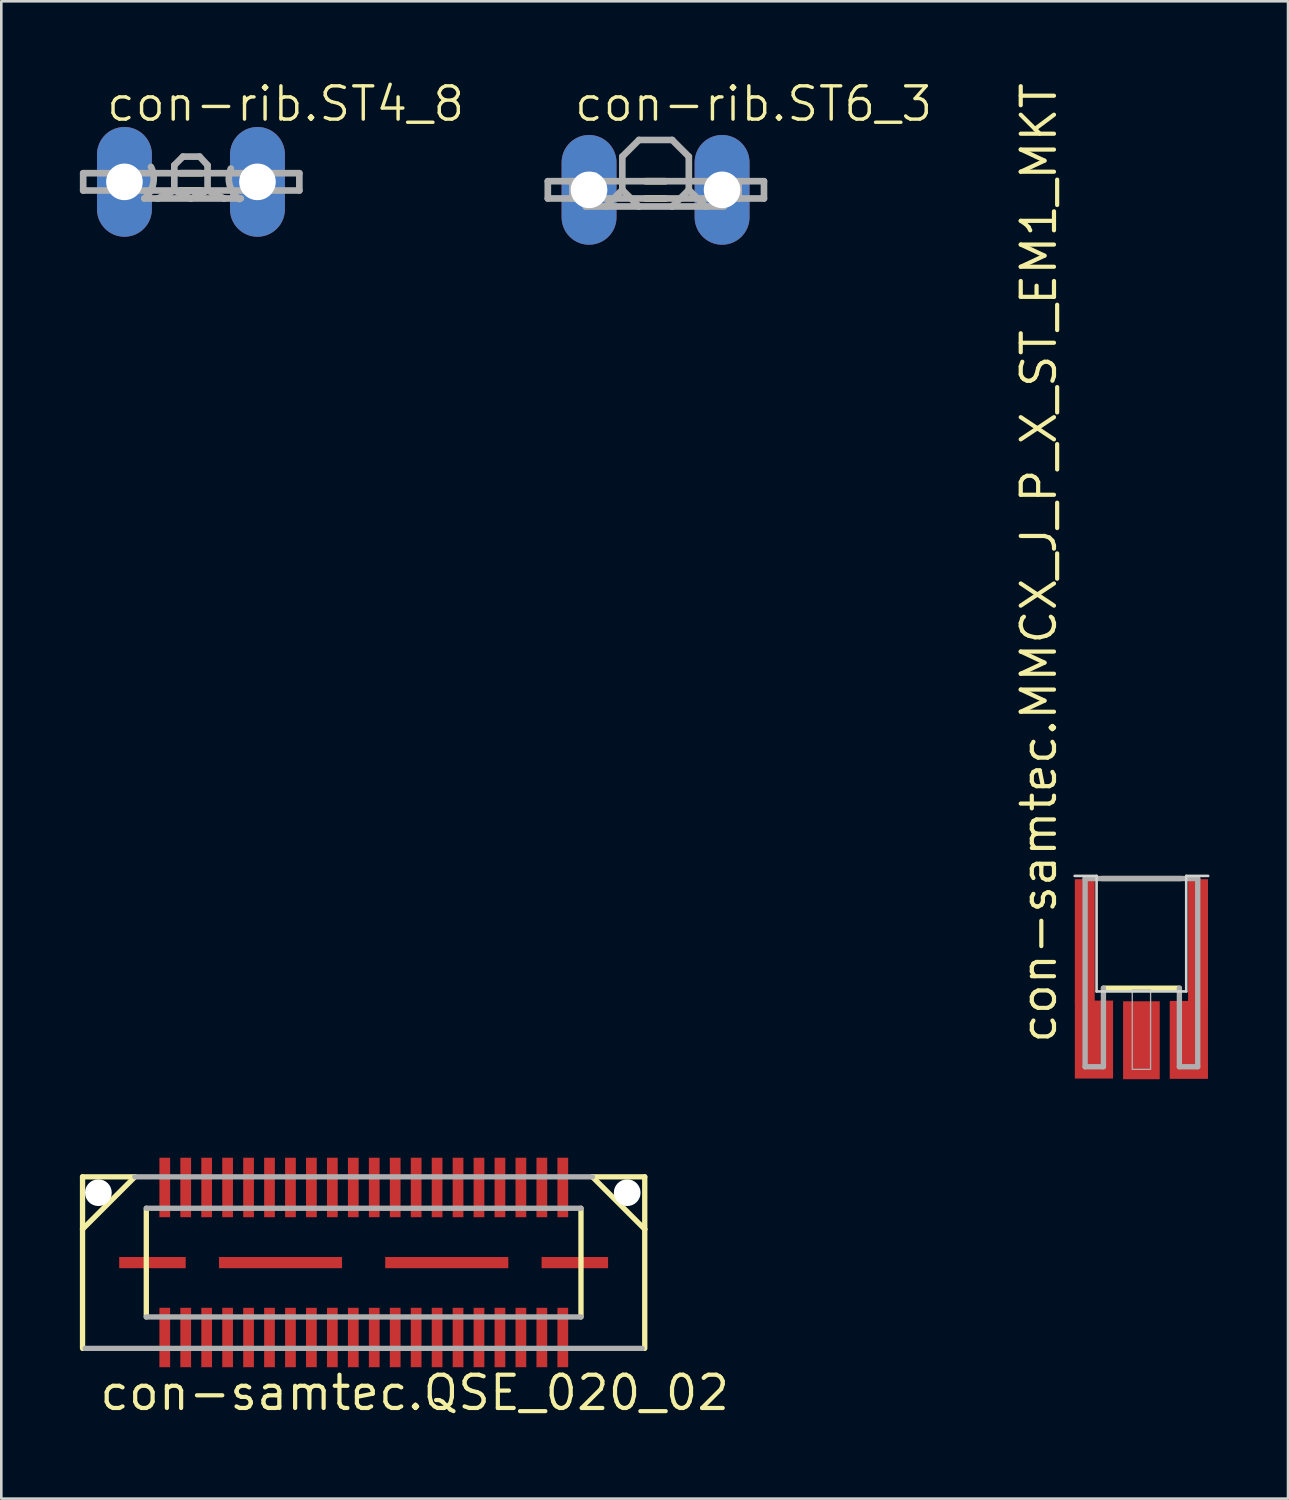
<source format=kicad_pcb>
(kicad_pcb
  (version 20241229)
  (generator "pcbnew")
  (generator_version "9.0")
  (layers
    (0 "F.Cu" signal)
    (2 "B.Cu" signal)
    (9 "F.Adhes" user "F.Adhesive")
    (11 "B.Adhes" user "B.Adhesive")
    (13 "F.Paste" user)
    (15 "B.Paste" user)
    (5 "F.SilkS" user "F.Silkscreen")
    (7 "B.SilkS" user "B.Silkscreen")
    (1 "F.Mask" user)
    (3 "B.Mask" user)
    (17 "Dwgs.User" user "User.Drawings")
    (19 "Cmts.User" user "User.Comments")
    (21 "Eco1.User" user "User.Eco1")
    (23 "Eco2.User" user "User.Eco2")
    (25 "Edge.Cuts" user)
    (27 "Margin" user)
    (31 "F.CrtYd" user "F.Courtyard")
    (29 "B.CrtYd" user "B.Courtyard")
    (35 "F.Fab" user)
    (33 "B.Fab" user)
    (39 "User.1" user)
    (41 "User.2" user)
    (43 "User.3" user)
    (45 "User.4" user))
  (footprint "con-samtec.MMCX_J_P_X_ST_EM1_MKT"
    (layer "F.Cu")
    (at 40.539 30.525)
    (property "Reference" "con-samtec.MMCX_J_P_X_ST_EM1_MKT" (at -3.175 6.35 90) (layer "F.SilkS") (effects (font (size 1.27 1.27) (thickness 0.16)) (justify left bottom)))
    (attr smd)
    (fp_line (start -1.45 4.162) (end 1.45 4.162) (stroke (width 0.203) (type default)) (layer "F.SilkS"))
    (fp_line (start 1.515 -0.025) (end -1.515 -0.025) (stroke (width 0.203) (type default)) (layer "F.SilkS"))
    (fp_line (start -2.55 -0.125) (end -1.712 -0.125) (stroke (width 0.1) (type default)) (layer "Edge.Cuts"))
    (fp_line (start -1.712 -0.125) (end -1.712 4.287) (stroke (width 0.1) (type default)) (layer "Edge.Cuts"))
    (fp_line (start -1.712 4.287) (end 1.712 4.287) (stroke (width 0.1) (type default)) (layer "Edge.Cuts"))
    (fp_line (start 1.712 -0.125) (end 2.55 -0.125) (stroke (width 0.1) (type default)) (layer "Edge.Cuts"))
    (fp_line (start 1.712 4.287) (end 1.712 -0.125) (stroke (width 0.1) (type default)) (layer "Edge.Cuts"))
    (fp_line (start -2.15 -0.025) (end -2.15 7.162) (stroke (width 0.203) (type default)) (layer "F.Fab"))
    (fp_line (start -2.15 7.162) (end -1.45 7.162) (stroke (width 0.203) (type default)) (layer "F.Fab"))
    (fp_line (start -1.45 7.162) (end -1.45 4.162) (stroke (width 0.203) (type default)) (layer "F.Fab"))
    (fp_line (start 1.45 4.162) (end 1.45 7.162) (stroke (width 0.203) (type default)) (layer "F.Fab"))
    (fp_line (start 1.45 7.162) (end 2.15 7.162) (stroke (width 0.203) (type default)) (layer "F.Fab"))
    (fp_line (start 2.15 -0.025) (end -2.15 -0.025) (stroke (width 0.203) (type default)) (layer "F.Fab"))
    (fp_line (start 2.15 7.162) (end 2.15 -0.025) (stroke (width 0.203) (type default)) (layer "F.Fab"))
    (fp_rect (start -0.35 7.263) (end 0.35 4.237) (stroke (width 0.05) (type default)) (fill no) (layer "F.Fab"))
    (pad "1" smd roundrect (at 0 6.15) (size 1.4 2.975) (layers "F.Cu" "F.Mask" "F.Paste") (roundrect_rratio 0.01))
    (pad "2@1" smd roundrect (at -1.812 6.125) (size 1.46 2.975) (layers "F.Cu" "F.Mask" "F.Paste") (roundrect_rratio 0.01))
    (pad "2@2" smd roundrect (at 1.812 6.138) (size 1.46 2.975) (layers "F.Cu" "F.Mask" "F.Paste") (roundrect_rratio 0.01))
    (pad "2@3" smd roundrect (at -2.163 2.35) (size 0.76 4.7) (layers "F.Cu" "F.Mask" "F.Paste") (roundrect_rratio 0.01))
    (pad "2@4" smd roundrect (at 2.163 2.35) (size 0.76 4.7) (layers "F.Cu" "F.Mask" "F.Paste") (roundrect_rratio 0.01)))
  (footprint "con-rib.ST4_8"
    (layer "F.Cu")
    (at 4.242 3.895)
    (property "Reference" "con-rib.ST4_8" (at -3.302 -2.235 0) (layer "F.SilkS") (effects (font (size 1.27 1.27) (thickness 0.13)) (justify left bottom)))
    (attr through_hole)
    (fp_line (start -0.406 -0.33) (end 0.406 -0.33) (stroke (width 0.254) (type default)) (layer "F.SilkS"))
    (fp_line (start -0.406 0.33) (end 0.406 0.33) (stroke (width 0.254) (type default)) (layer "F.SilkS"))
    (fp_line (start -4.115 -0.33) (end -4.115 0.33) (stroke (width 0.254) (type default)) (layer "F.Fab"))
    (fp_line (start -4.115 0.33) (end -2.515 0.33) (stroke (width 0.254) (type default)) (layer "F.Fab"))
    (fp_line (start -2.515 -0.33) (end -4.115 -0.33) (stroke (width 0.254) (type default)) (layer "F.Fab"))
    (fp_line (start -2.515 -0.33) (end -2.515 0.33) (stroke (width 0.254) (type default)) (layer "F.Fab"))
    (fp_line (start -2.515 0.33) (end -0.635 0.33) (stroke (width 0.254) (type default)) (layer "F.Fab"))
    (fp_line (start -1.778 0.635) (end -1.27 0.635) (stroke (width 0.254) (type default)) (layer "F.Fab"))
    (fp_line (start -1.27 0.635) (end -0.635 0.33) (stroke (width 0.254) (type default)) (layer "F.Fab"))
    (fp_line (start -1.27 0.635) (end 0 0.635) (stroke (width 0.254) (type default)) (layer "F.Fab"))
    (fp_line (start -0.635 -0.635) (end -0.305 -0.965) (stroke (width 0.254) (type default)) (layer "F.Fab"))
    (fp_line (start -0.635 0.33) (end -0.635 -0.635) (stroke (width 0.254) (type default)) (layer "F.Fab"))
    (fp_line (start -0.635 0.33) (end 0 0.635) (stroke (width 0.254) (type default)) (layer "F.Fab"))
    (fp_line (start -0.635 0.33) (end 0.635 0.33) (stroke (width 0.254) (type default)) (layer "F.Fab"))
    (fp_line (start -0.305 -0.965) (end 0.33 -0.965) (stroke (width 0.254) (type default)) (layer "F.Fab"))
    (fp_line (start 0 0.635) (end 0.635 0.33) (stroke (width 0.254) (type default)) (layer "F.Fab"))
    (fp_line (start 0 0.635) (end 1.27 0.635) (stroke (width 0.254) (type default)) (layer "F.Fab"))
    (fp_line (start 0.635 -0.635) (end 0.33 -0.965) (stroke (width 0.254) (type default)) (layer "F.Fab"))
    (fp_line (start 0.635 0.33) (end 0.635 -0.635) (stroke (width 0.254) (type default)) (layer "F.Fab"))
    (fp_line (start 0.635 0.33) (end 1.27 0.635) (stroke (width 0.254) (type default)) (layer "F.Fab"))
    (fp_line (start 0.635 0.33) (end 2.565 0.33) (stroke (width 0.254) (type default)) (layer "F.Fab"))
    (fp_line (start 1.27 0.635) (end 1.905 0.635) (stroke (width 0.254) (type default)) (layer "F.Fab"))
    (fp_line (start 2.565 -0.33) (end -2.515 -0.33) (stroke (width 0.254) (type default)) (layer "F.Fab"))
    (fp_line (start 2.565 -0.33) (end 4.14 -0.33) (stroke (width 0.254) (type default)) (layer "F.Fab"))
    (fp_line (start 2.565 0.33) (end 2.565 -0.33) (stroke (width 0.254) (type default)) (layer "F.Fab"))
    (fp_line (start 4.14 -0.33) (end 4.14 0.33) (stroke (width 0.254) (type default)) (layer "F.Fab"))
    (fp_line (start 4.14 0.33) (end 2.565 0.33) (stroke (width 0.254) (type default)) (layer "F.Fab"))
    (fp_arc (start -1.5258 -0.5706) (mid -1.442103 0.076088) (end -1.778 0.635) (stroke (width 0.254) (type default)) (layer "F.Fab"))
    (fp_arc (start 1.8508 0.66) (mid 1.481576 0.133589) (end 1.524 -0.508) (stroke (width 0.254) (type default)) (layer "F.Fab"))
    (pad "1" thru_hole oval (at -2.54 0 90) (size 4.191 2.095) (drill 1.397) (layers "*.Cu" "*.Mask"))
    (pad "2" thru_hole oval (at 2.54 0 90) (size 4.191 2.095) (drill 1.397) (layers "*.Cu" "*.Mask")))
  (footprint "con-rib.ST6_3"
    (layer "F.Cu")
    (at 21.985 4.2)
    (property "Reference" "con-rib.ST6_3" (at -3.175 -2.54 0) (layer "F.SilkS") (effects (font (size 1.27 1.27) (thickness 0.13)) (justify left bottom)))
    (attr through_hole)
    (fp_line (start -0.381 -0.33) (end 0.381 -0.33) (stroke (width 0.254) (type default)) (layer "F.SilkS"))
    (fp_line (start -0.381 0.33) (end 0.381 0.33) (stroke (width 0.254) (type default)) (layer "F.SilkS"))
    (fp_line (start -4.115 -0.33) (end -4.115 0.33) (stroke (width 0.254) (type default)) (layer "F.Fab"))
    (fp_line (start -4.115 0.33) (end -3.175 0.33) (stroke (width 0.254) (type default)) (layer "F.Fab"))
    (fp_line (start -3.175 -0.33) (end -4.115 -0.33) (stroke (width 0.254) (type default)) (layer "F.Fab"))
    (fp_line (start -3.175 -0.33) (end -3.175 0.33) (stroke (width 0.254) (type default)) (layer "F.Fab"))
    (fp_line (start -3.175 0.33) (end 3.175 0.33) (stroke (width 0.254) (type default)) (layer "F.Fab"))
    (fp_line (start -2.667 0.635) (end -1.905 0.635) (stroke (width 0.254) (type default)) (layer "F.Fab"))
    (fp_line (start -1.905 0.635) (end -0.635 0.635) (stroke (width 0.254) (type default)) (layer "F.Fab"))
    (fp_line (start -1.27 -1.27) (end -1.27 0) (stroke (width 0.254) (type default)) (layer "F.Fab"))
    (fp_line (start -1.27 -1.27) (end -0.635 -1.905) (stroke (width 0.254) (type default)) (layer "F.Fab"))
    (fp_line (start -1.27 0) (end -1.905 0.635) (stroke (width 0.254) (type default)) (layer "F.Fab"))
    (fp_line (start -0.635 -1.905) (end 0.635 -1.905) (stroke (width 0.254) (type default)) (layer "F.Fab"))
    (fp_line (start -0.635 0.635) (end -1.27 0) (stroke (width 0.254) (type default)) (layer "F.Fab"))
    (fp_line (start -0.635 0.635) (end 0.635 0.635) (stroke (width 0.254) (type default)) (layer "F.Fab"))
    (fp_line (start 0.635 0.635) (end 1.27 0) (stroke (width 0.254) (type default)) (layer "F.Fab"))
    (fp_line (start 0.635 0.635) (end 1.905 0.635) (stroke (width 0.254) (type default)) (layer "F.Fab"))
    (fp_line (start 1.27 -1.27) (end 0.635 -1.905) (stroke (width 0.254) (type default)) (layer "F.Fab"))
    (fp_line (start 1.27 -1.27) (end 1.27 0) (stroke (width 0.254) (type default)) (layer "F.Fab"))
    (fp_line (start 1.27 0) (end 1.905 0.635) (stroke (width 0.254) (type default)) (layer "F.Fab"))
    (fp_line (start 1.905 0.635) (end 2.616 0.635) (stroke (width 0.254) (type default)) (layer "F.Fab"))
    (fp_line (start 3.175 -0.33) (end -3.175 -0.33) (stroke (width 0.254) (type default)) (layer "F.Fab"))
    (fp_line (start 3.175 -0.33) (end 4.14 -0.33) (stroke (width 0.254) (type default)) (layer "F.Fab"))
    (fp_line (start 3.175 0.33) (end 3.175 -0.33) (stroke (width 0.254) (type default)) (layer "F.Fab"))
    (fp_line (start 4.14 -0.33) (end 4.14 0.33) (stroke (width 0.254) (type default)) (layer "F.Fab"))
    (fp_line (start 4.14 0.33) (end 3.175 0.33) (stroke (width 0.254) (type default)) (layer "F.Fab"))
    (fp_arc (start -2.3082 -0.5498) (mid -2.232533 0.119843) (end -2.667 0.635) (stroke (width 0.254) (type default)) (layer "F.Fab"))
    (fp_arc (start 2.5754 0.5819) (mid 2.224574 0.091682) (end 2.286 -0.508) (stroke (width 0.254) (type default)) (layer "F.Fab"))
    (pad "1" thru_hole oval (at -2.54 0 90) (size 4.191 2.095) (drill 1.397) (layers "*.Cu" "*.Mask"))
    (pad "2" thru_hole oval (at 2.54 0 90) (size 4.191 2.095) (drill 1.397) (layers "*.Cu" "*.Mask")))
  (footprint "con-samtec.QSE_020_02"
    (layer "F.Cu")
    (at 10.837 45.167)
    (property "Reference" "con-samtec.QSE_020_02" (at -10.16 5.715 0) (layer "F.SilkS") (effects (font (size 1.27 1.27) (thickness 0.16)) (justify left bottom)))
    (attr smd)
    (fp_line (start -10.735 -3.275) (end -10.735 -1.275) (stroke (width 0.203) (type default)) (layer "F.SilkS"))
    (fp_line (start -10.735 -1.275) (end -10.735 3.275) (stroke (width 0.203) (type default)) (layer "F.SilkS"))
    (fp_line (start -8.735 -3.275) (end -10.735 -3.275) (stroke (width 0.203) (type default)) (layer "F.SilkS"))
    (fp_line (start -8.735 -3.275) (end -10.735 -1.275) (stroke (width 0.203) (type default)) (layer "F.SilkS"))
    (fp_line (start -8.3 2.075) (end -8.3 -2.075) (stroke (width 0.203) (type default)) (layer "F.SilkS"))
    (fp_line (start 8.3 -2.075) (end 8.3 2.075) (stroke (width 0.203) (type default)) (layer "F.SilkS"))
    (fp_line (start 10.735 -3.275) (end 8.735 -3.275) (stroke (width 0.203) (type default)) (layer "F.SilkS"))
    (fp_line (start 10.735 -1.275) (end 8.735 -3.275) (stroke (width 0.203) (type default)) (layer "F.SilkS"))
    (fp_line (start 10.735 -1.275) (end 10.735 -3.275) (stroke (width 0.203) (type default)) (layer "F.SilkS"))
    (fp_line (start 10.735 3.275) (end 10.735 -1.275) (stroke (width 0.203) (type default)) (layer "F.SilkS"))
    (fp_line (start -8.3 -2.075) (end 8.3 -2.075) (stroke (width 0.203) (type default)) (layer "F.Fab"))
    (fp_line (start 8.3 2.075) (end -8.3 2.075) (stroke (width 0.203) (type default)) (layer "F.Fab"))
    (fp_line (start 8.735 -3.275) (end -8.735 -3.275) (stroke (width 0.203) (type default)) (layer "F.Fab"))
    (fp_line (start 10.635 3.275) (end -10.635 3.275) (stroke (width 0.203) (type default)) (layer "F.Fab"))
    (pad "" np_thru_hole circle (at -10.13 -2.67) (size 1.02 1.02) (drill 1.02) (layers "*.Cu" "*.Mask"))
    (pad "" np_thru_hole circle (at 10.065 -2.67) (size 1.02 1.02) (drill 1.02) (layers "*.Cu" "*.Mask"))
    (pad "1" smd roundrect (at -7.595 2.86) (size 0.41 2.27) (layers "F.Cu" "F.Mask" "F.Paste") (roundrect_rratio 0.01))
    (pad "2" smd roundrect (at -7.595 -2.87) (size 0.41 2.27) (layers "F.Cu" "F.Mask" "F.Paste") (roundrect_rratio 0.01))
    (pad "3" smd roundrect (at -6.795 2.86) (size 0.41 2.27) (layers "F.Cu" "F.Mask" "F.Paste") (roundrect_rratio 0.01))
    (pad "4" smd roundrect (at -6.795 -2.87) (size 0.41 2.27) (layers "F.Cu" "F.Mask" "F.Paste") (roundrect_rratio 0.01))
    (pad "5" smd roundrect (at -5.995 2.86) (size 0.41 2.27) (layers "F.Cu" "F.Mask" "F.Paste") (roundrect_rratio 0.01))
    (pad "6" smd roundrect (at -5.995 -2.87) (size 0.41 2.27) (layers "F.Cu" "F.Mask" "F.Paste") (roundrect_rratio 0.01))
    (pad "7" smd roundrect (at -5.195 2.86) (size 0.41 2.27) (layers "F.Cu" "F.Mask" "F.Paste") (roundrect_rratio 0.01))
    (pad "8" smd roundrect (at -5.195 -2.87) (size 0.41 2.27) (layers "F.Cu" "F.Mask" "F.Paste") (roundrect_rratio 0.01))
    (pad "9" smd roundrect (at -4.395 2.86) (size 0.41 2.27) (layers "F.Cu" "F.Mask" "F.Paste") (roundrect_rratio 0.01))
    (pad "10" smd roundrect (at -4.395 -2.87) (size 0.41 2.27) (layers "F.Cu" "F.Mask" "F.Paste") (roundrect_rratio 0.01))
    (pad "11" smd roundrect (at -3.595 2.86) (size 0.41 2.27) (layers "F.Cu" "F.Mask" "F.Paste") (roundrect_rratio 0.01))
    (pad "12" smd roundrect (at -3.595 -2.87) (size 0.41 2.27) (layers "F.Cu" "F.Mask" "F.Paste") (roundrect_rratio 0.01))
    (pad "13" smd roundrect (at -2.795 2.86) (size 0.41 2.27) (layers "F.Cu" "F.Mask" "F.Paste") (roundrect_rratio 0.01))
    (pad "14" smd roundrect (at -2.795 -2.87) (size 0.41 2.27) (layers "F.Cu" "F.Mask" "F.Paste") (roundrect_rratio 0.01))
    (pad "15" smd roundrect (at -1.995 2.86) (size 0.41 2.27) (layers "F.Cu" "F.Mask" "F.Paste") (roundrect_rratio 0.01))
    (pad "16" smd roundrect (at -1.995 -2.87) (size 0.41 2.27) (layers "F.Cu" "F.Mask" "F.Paste") (roundrect_rratio 0.01))
    (pad "17" smd roundrect (at -1.195 2.86) (size 0.41 2.27) (layers "F.Cu" "F.Mask" "F.Paste") (roundrect_rratio 0.01))
    (pad "18" smd roundrect (at -1.195 -2.87) (size 0.41 2.27) (layers "F.Cu" "F.Mask" "F.Paste") (roundrect_rratio 0.01))
    (pad "19" smd roundrect (at -0.395 2.86) (size 0.41 2.27) (layers "F.Cu" "F.Mask" "F.Paste") (roundrect_rratio 0.01))
    (pad "20" smd roundrect (at -0.395 -2.87) (size 0.41 2.27) (layers "F.Cu" "F.Mask" "F.Paste") (roundrect_rratio 0.01))
    (pad "21" smd roundrect (at 0.405 2.86) (size 0.41 2.27) (layers "F.Cu" "F.Mask" "F.Paste") (roundrect_rratio 0.01))
    (pad "22" smd roundrect (at 0.405 -2.87) (size 0.41 2.27) (layers "F.Cu" "F.Mask" "F.Paste") (roundrect_rratio 0.01))
    (pad "23" smd roundrect (at 1.205 2.86) (size 0.41 2.27) (layers "F.Cu" "F.Mask" "F.Paste") (roundrect_rratio 0.01))
    (pad "24" smd roundrect (at 1.205 -2.87) (size 0.41 2.27) (layers "F.Cu" "F.Mask" "F.Paste") (roundrect_rratio 0.01))
    (pad "25" smd roundrect (at 2.005 2.86) (size 0.41 2.27) (layers "F.Cu" "F.Mask" "F.Paste") (roundrect_rratio 0.01))
    (pad "26" smd roundrect (at 2.005 -2.87) (size 0.41 2.27) (layers "F.Cu" "F.Mask" "F.Paste") (roundrect_rratio 0.01))
    (pad "27" smd roundrect (at 2.805 2.86) (size 0.41 2.27) (layers "F.Cu" "F.Mask" "F.Paste") (roundrect_rratio 0.01))
    (pad "28" smd roundrect (at 2.805 -2.87) (size 0.41 2.27) (layers "F.Cu" "F.Mask" "F.Paste") (roundrect_rratio 0.01))
    (pad "29" smd roundrect (at 3.605 2.86) (size 0.41 2.27) (layers "F.Cu" "F.Mask" "F.Paste") (roundrect_rratio 0.01))
    (pad "30" smd roundrect (at 3.605 -2.87) (size 0.41 2.27) (layers "F.Cu" "F.Mask" "F.Paste") (roundrect_rratio 0.01))
    (pad "31" smd roundrect (at 4.405 2.86) (size 0.41 2.27) (layers "F.Cu" "F.Mask" "F.Paste") (roundrect_rratio 0.01))
    (pad "32" smd roundrect (at 4.405 -2.87) (size 0.41 2.27) (layers "F.Cu" "F.Mask" "F.Paste") (roundrect_rratio 0.01))
    (pad "33" smd roundrect (at 5.205 2.86) (size 0.41 2.27) (layers "F.Cu" "F.Mask" "F.Paste") (roundrect_rratio 0.01))
    (pad "34" smd roundrect (at 5.205 -2.87) (size 0.41 2.27) (layers "F.Cu" "F.Mask" "F.Paste") (roundrect_rratio 0.01))
    (pad "35" smd roundrect (at 6.005 2.86) (size 0.41 2.27) (layers "F.Cu" "F.Mask" "F.Paste") (roundrect_rratio 0.01))
    (pad "36" smd roundrect (at 6.005 -2.87) (size 0.41 2.27) (layers "F.Cu" "F.Mask" "F.Paste") (roundrect_rratio 0.01))
    (pad "37" smd roundrect (at 6.805 2.86) (size 0.41 2.27) (layers "F.Cu" "F.Mask" "F.Paste") (roundrect_rratio 0.01))
    (pad "38" smd roundrect (at 6.805 -2.87) (size 0.41 2.27) (layers "F.Cu" "F.Mask" "F.Paste") (roundrect_rratio 0.01))
    (pad "39" smd roundrect (at 7.605 2.86) (size 0.41 2.27) (layers "F.Cu" "F.Mask" "F.Paste") (roundrect_rratio 0.01))
    (pad "40" smd roundrect (at 7.605 -2.87) (size 0.41 2.27) (layers "F.Cu" "F.Mask" "F.Paste") (roundrect_rratio 0.01))
    (pad "M1" smd roundrect (at -8.065 0) (size 2.54 0.43) (layers "F.Cu" "F.Mask" "F.Paste") (roundrect_rratio 0.01))
    (pad "M2" smd roundrect (at 8.065 0) (size 2.54 0.43) (layers "F.Cu" "F.Mask" "F.Paste") (roundrect_rratio 0.01))
    (pad "M3" smd roundrect (at -3.175 0) (size 4.7 0.43) (layers "F.Cu" "F.Mask" "F.Paste") (roundrect_rratio 0.01))
    (pad "M4" smd roundrect (at 3.175 0) (size 4.7 0.43) (layers "F.Cu" "F.Mask" "F.Paste") (roundrect_rratio 0.01)))
  (gr_rect
    (start -3 -3)
    (end 46.139 54.18)
    (stroke (width 0.1) (type default))
    (fill no)
    (layer "Edge.Cuts")))
</source>
